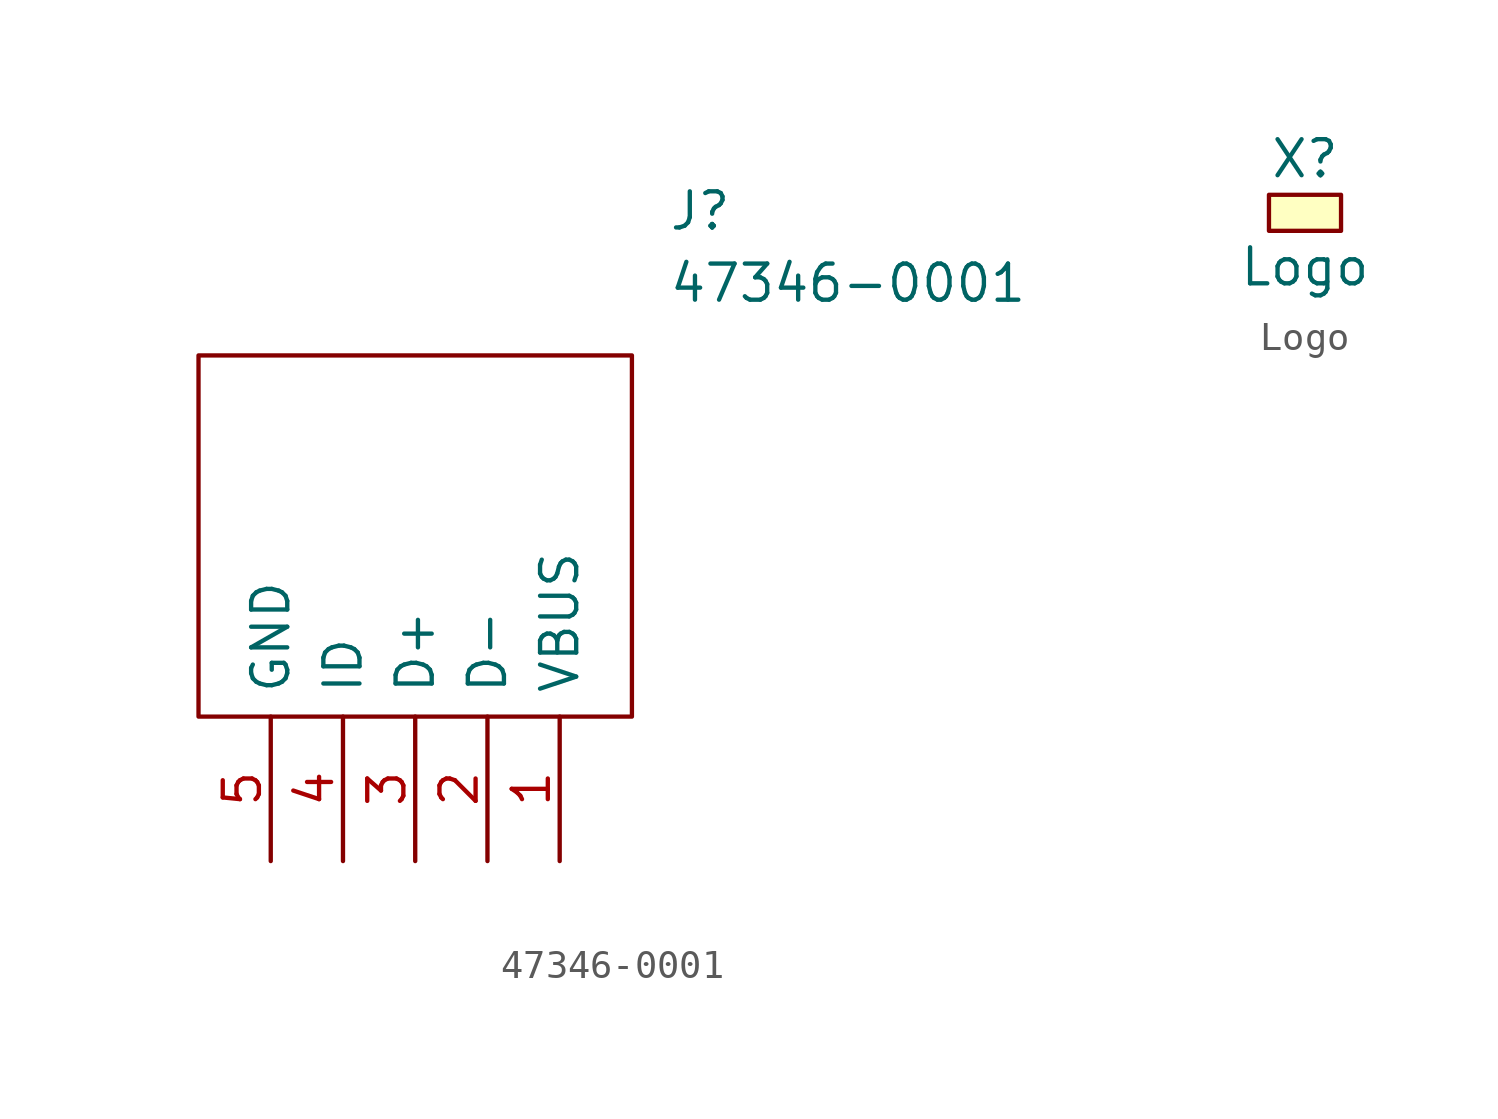
<source format=kicad_sym>
(kicad_symbol_lib
  (version 20231120)
  (generator "kicad_symbol_editor")
  (generator_version "8.0")
  (symbol "47346-0001"
    (pin_names
      (offset 0.762))
    (property "Reference" "J"
      (at 13.97 22.86 0)
      (effects (font (size 1.27 1.27)) (justify left)))
    (property "Value" "47346-0001"
      (at 13.97 20.32 0)
      (effects (font (size 1.27 1.27)) (justify left)))
    (symbol "47346-0001_0_0"
      (pin passive line (at 10.16 0 90) (length 5.08) (name "VBUS" (effects (font (size 1.27 1.27)))) (number "1" (effects (font (size 1.27 1.27)))))
      (pin passive line (at 7.62 0 90) (length 5.08) (name "D-" (effects (font (size 1.27 1.27)))) (number "2" (effects (font (size 1.27 1.27)))))
      (pin passive line (at 5.08 0 90) (length 5.08) (name "D+" (effects (font (size 1.27 1.27)))) (number "3" (effects (font (size 1.27 1.27)))))
      (pin passive line (at 2.54 0 90) (length 5.08) (name "ID" (effects (font (size 1.27 1.27)))) (number "4" (effects (font (size 1.27 1.27)))))
      (pin passive line (at 0 0 90) (length 5.08) (name "GND" (effects (font (size 1.27 1.27)))) (number "5" (effects (font (size 1.27 1.27))))))
    (symbol "47346-0001_0_1"
      (polyline (pts (xy -2.54 17.78) (xy 12.7 17.78) (xy 12.7 5.08) (xy -2.54 5.08) (xy -2.54 17.78)) (stroke (width 0.152) (type solid)) (fill (type none)))))
  (symbol "Logo"
    (pin_names
      (offset 1.016))
    (property "Reference" "X"
      (at 0 3.81 0)
      (effects (font (size 1.27 1.27))))
    (property "Value" "Logo"
      (at 0 0 0)
      (effects (font (size 1.27 1.27))))
    (symbol "Logo_0_1"
      (rectangle (start -1.27 1.27) (end 1.27 2.54) (stroke (width 0) (type solid)) (fill (type background))))))
</source>
